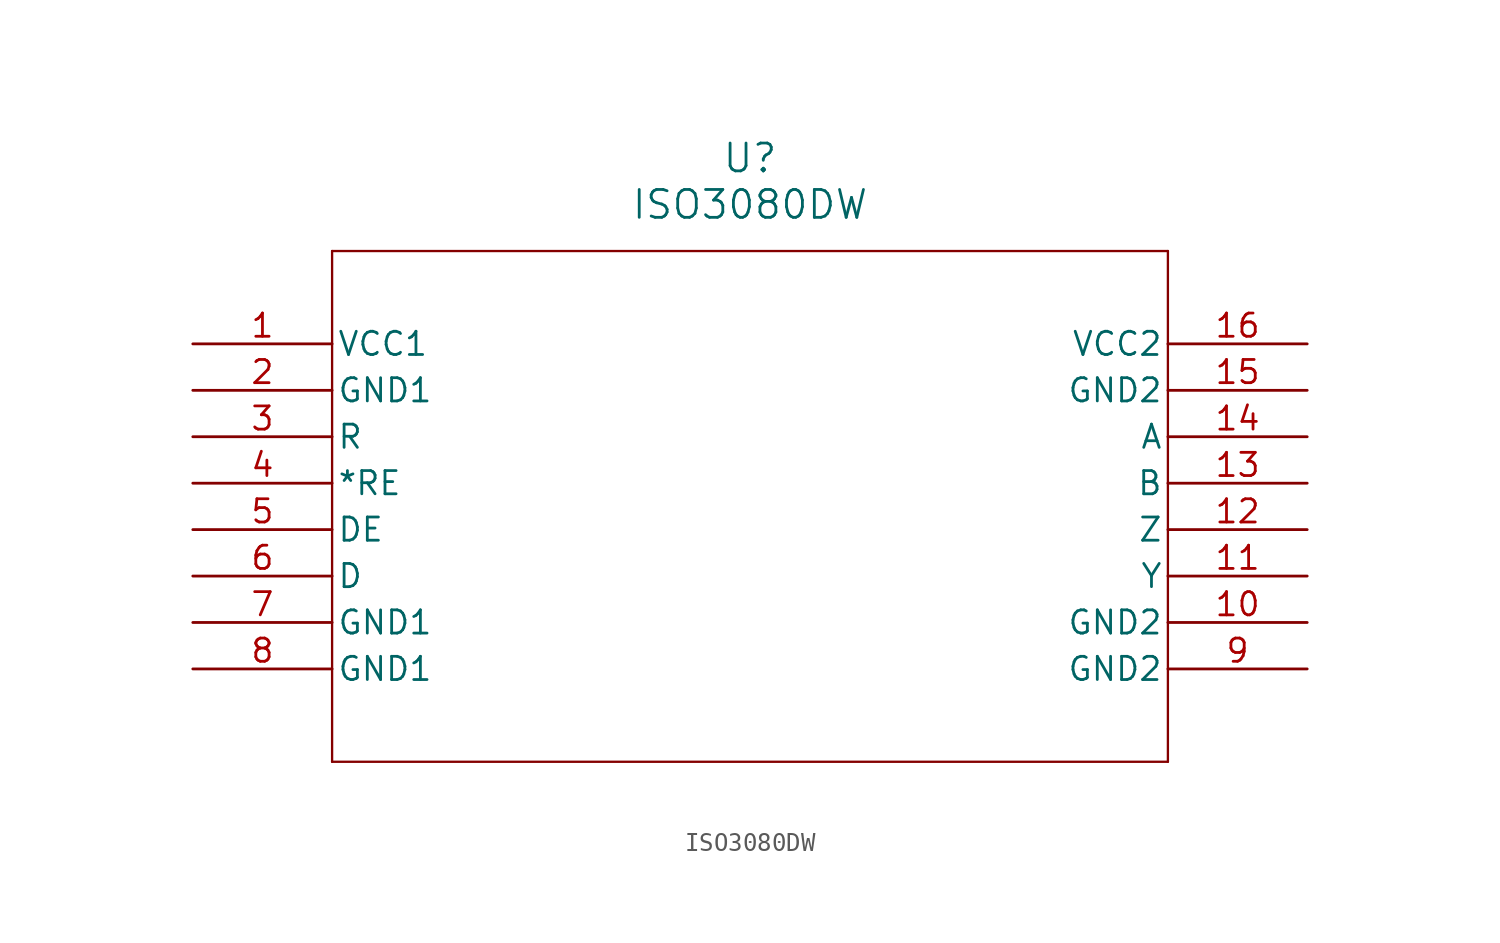
<source format=kicad_sym>
(kicad_symbol_lib
  (version 20211014)
  (generator kicad_symbol_editor)
  (symbol "ISO3080DW"
    (pin_names
      (offset 0.254))
    (property "Reference" "U"
      (at 30.48 10.16 0)
      (effects (font (size 1.524 1.524))))
    (property "Value" "ISO3080DW"
      (at 30.48 7.62 0)
      (effects (font (size 1.524 1.524))))
    (symbol "ISO3080DW_0_1"
      (polyline (pts (xy 7.62 5.08) (xy 7.62 -22.86)) (stroke (width 0.127) (type default) (color 0 0 0 0)) (fill (type none)))
      (polyline (pts (xy 7.62 -22.86) (xy 53.34 -22.86)) (stroke (width 0.127) (type default) (color 0 0 0 0)) (fill (type none)))
      (polyline (pts (xy 53.34 -22.86) (xy 53.34 5.08)) (stroke (width 0.127) (type default) (color 0 0 0 0)) (fill (type none)))
      (polyline (pts (xy 53.34 5.08) (xy 7.62 5.08)) (stroke (width 0.127) (type default) (color 0 0 0 0)) (fill (type none)))
      (pin power_in line (at 0 0 0) (length 7.62) (name "VCC1" (effects (font (size 1.27 1.27)))) (number "1" (effects (font (size 1.27 1.27)))))
      (pin power_in line (at 0 -2.54 0) (length 7.62) (name "GND1" (effects (font (size 1.27 1.27)))) (number "2" (effects (font (size 1.27 1.27)))))
      (pin unspecified line (at 0 -5.08 0) (length 7.62) (name "R" (effects (font (size 1.27 1.27)))) (number "3" (effects (font (size 1.27 1.27)))))
      (pin unspecified line (at 0 -7.62 0) (length 7.62) (name "*RE" (effects (font (size 1.27 1.27)))) (number "4" (effects (font (size 1.27 1.27)))))
      (pin unspecified line (at 0 -10.16 0) (length 7.62) (name "DE" (effects (font (size 1.27 1.27)))) (number "5" (effects (font (size 1.27 1.27)))))
      (pin unspecified line (at 0 -12.7 0) (length 7.62) (name "D" (effects (font (size 1.27 1.27)))) (number "6" (effects (font (size 1.27 1.27)))))
      (pin power_in line (at 0 -15.24 0) (length 7.62) (name "GND1" (effects (font (size 1.27 1.27)))) (number "7" (effects (font (size 1.27 1.27)))))
      (pin power_in line (at 0 -17.78 0) (length 7.62) (name "GND1" (effects (font (size 1.27 1.27)))) (number "8" (effects (font (size 1.27 1.27)))))
      (pin power_in line (at 60.96 -17.78 180) (length 7.62) (name "GND2" (effects (font (size 1.27 1.27)))) (number "9" (effects (font (size 1.27 1.27)))))
      (pin power_in line (at 60.96 -15.24 180) (length 7.62) (name "GND2" (effects (font (size 1.27 1.27)))) (number "10" (effects (font (size 1.27 1.27)))))
      (pin unspecified line (at 60.96 -12.7 180) (length 7.62) (name "Y" (effects (font (size 1.27 1.27)))) (number "11" (effects (font (size 1.27 1.27)))))
      (pin unspecified line (at 60.96 -10.16 180) (length 7.62) (name "Z" (effects (font (size 1.27 1.27)))) (number "12" (effects (font (size 1.27 1.27)))))
      (pin unspecified line (at 60.96 -7.62 180) (length 7.62) (name "B" (effects (font (size 1.27 1.27)))) (number "13" (effects (font (size 1.27 1.27)))))
      (pin unspecified line (at 60.96 -5.08 180) (length 7.62) (name "A" (effects (font (size 1.27 1.27)))) (number "14" (effects (font (size 1.27 1.27)))))
      (pin power_in line (at 60.96 -2.54 180) (length 7.62) (name "GND2" (effects (font (size 1.27 1.27)))) (number "15" (effects (font (size 1.27 1.27)))))
      (pin power_in line (at 60.96 0 180) (length 7.62) (name "VCC2" (effects (font (size 1.27 1.27)))) (number "16" (effects (font (size 1.27 1.27))))))))
</source>
